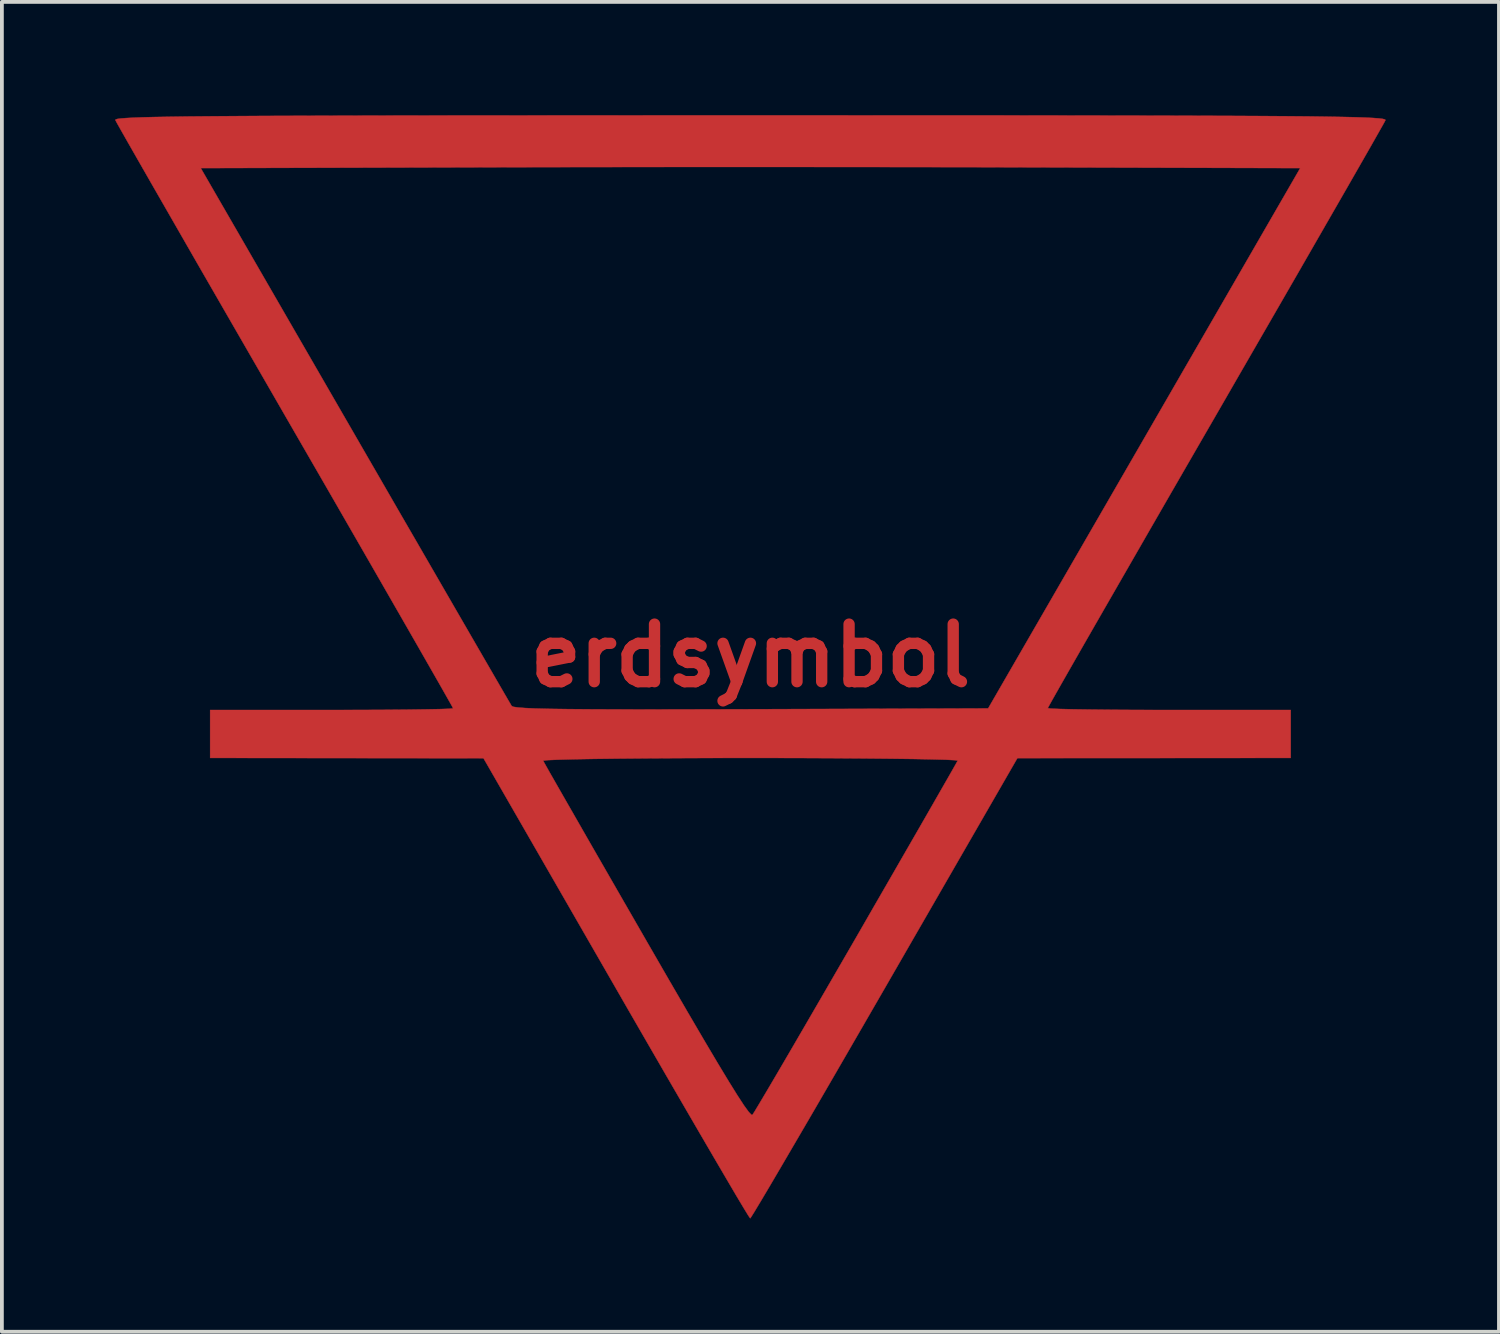
<source format=kicad_pcb>
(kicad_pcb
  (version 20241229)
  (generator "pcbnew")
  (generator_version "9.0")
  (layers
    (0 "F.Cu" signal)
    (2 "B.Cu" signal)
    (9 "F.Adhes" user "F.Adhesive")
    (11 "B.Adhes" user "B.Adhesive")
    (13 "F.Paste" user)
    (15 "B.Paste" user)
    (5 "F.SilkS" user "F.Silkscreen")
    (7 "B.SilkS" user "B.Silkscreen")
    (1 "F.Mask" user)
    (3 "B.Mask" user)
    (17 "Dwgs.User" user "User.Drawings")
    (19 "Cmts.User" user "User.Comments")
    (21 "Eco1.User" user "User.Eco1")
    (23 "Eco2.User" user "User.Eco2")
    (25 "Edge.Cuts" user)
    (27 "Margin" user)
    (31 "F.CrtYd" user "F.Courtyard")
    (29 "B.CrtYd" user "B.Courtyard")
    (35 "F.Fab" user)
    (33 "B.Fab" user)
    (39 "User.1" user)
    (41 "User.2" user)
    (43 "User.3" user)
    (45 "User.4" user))
  (footprint "erdsymbol"
    (layer "F.Cu")
    (at 16.824 14.314)
    (property "Reference" "erdsymbol" (at 0 0 0) (layer "F.Cu") (effects (font (size 1.524 1.524) (thickness 0.3))))
    (attr through_hole)
    (fp_poly (pts (xy 2.003 -14.309) (xy 3.843 -14.308) (xy 5.528 -14.308) (xy 7.063 -14.307) (xy 8.456 -14.305) (xy 9.713 -14.303) (xy 10.84 -14.301) (xy 11.845 -14.298) (xy 12.735 -14.295) (xy 13.515 -14.291) (xy 14.193 -14.286) (xy 14.776 -14.281) (xy 15.269 -14.274) (xy 15.68 -14.267) (xy 16.016 -14.259) (xy 16.283 -14.25) (xy 16.487 -14.24) (xy 16.636 -14.229) (xy 16.737 -14.217) (xy 16.795 -14.204) (xy 16.818 -14.189) (xy 16.818 -14.182) (xy 16.77 -14.092) (xy 16.642 -13.866) (xy 16.442 -13.513) (xy 16.173 -13.043) (xy 15.842 -12.465) (xy 15.454 -11.79) (xy 15.015 -11.027) (xy 14.531 -10.185) (xy 14.007 -9.276) (xy 13.448 -8.308) (xy 12.861 -7.291) (xy 12.322 -6.356) (xy 11.715 -5.306) (xy 11.133 -4.298) (xy 10.581 -3.34) (xy 10.065 -2.443) (xy 9.589 -1.616) (xy 9.16 -0.87) (xy 8.783 -0.213) (xy 8.464 0.345) (xy 8.208 0.794) (xy 8.021 1.124) (xy 7.908 1.327) (xy 7.874 1.391) (xy 7.956 1.402) (xy 8.188 1.412) (xy 8.553 1.421) (xy 9.033 1.428) (xy 9.608 1.434) (xy 10.26 1.438) (xy 10.971 1.439) (xy 11.091 1.439) (xy 14.309 1.439) (xy 14.309 2.709) (xy 10.689 2.712) (xy 7.07 2.714) (xy 3.557 8.808) (xy 3.019 9.739) (xy 2.505 10.628) (xy 2.022 11.462) (xy 1.575 12.231) (xy 1.17 12.924) (xy 0.815 13.531) (xy 0.516 14.04) (xy 0.278 14.441) (xy 0.108 14.724) (xy 0.013 14.876) (xy -0.006 14.901) (xy -0.055 14.83) (xy -0.182 14.622) (xy -0.381 14.289) (xy -0.644 13.841) (xy -0.967 13.29) (xy -1.343 12.646) (xy -1.765 11.92) (xy -2.228 11.122) (xy -2.724 10.264) (xy -3.248 9.357) (xy -3.563 8.809) (xy -7.031 2.783) (xy -5.489 2.783) (xy -5.443 2.867) (xy -5.32 3.086) (xy -5.126 3.426) (xy -4.869 3.875) (xy -4.556 4.421) (xy -4.195 5.051) (xy -3.791 5.753) (xy -3.354 6.513) (xy -2.889 7.32) (xy -2.752 7.559) (xy -2.168 8.57) (xy -1.663 9.44) (xy -1.232 10.176) (xy -0.871 10.785) (xy -0.576 11.273) (xy -0.343 11.648) (xy -0.167 11.917) (xy -0.045 12.085) (xy 0.028 12.161) (xy 0.051 12.164) (xy 0.109 12.075) (xy 0.243 11.852) (xy 0.448 11.507) (xy 0.714 11.055) (xy 1.035 10.506) (xy 1.403 9.874) (xy 1.81 9.173) (xy 2.25 8.413) (xy 2.715 7.61) (xy 2.803 7.458) (xy 3.269 6.648) (xy 3.711 5.882) (xy 4.12 5.171) (xy 4.49 4.529) (xy 4.812 3.968) (xy 5.08 3.5) (xy 5.287 3.139) (xy 5.425 2.896) (xy 5.487 2.785) (xy 5.489 2.78) (xy 5.412 2.768) (xy 5.179 2.756) (xy 4.805 2.746) (xy 4.303 2.736) (xy 3.688 2.728) (xy 2.973 2.721) (xy 2.173 2.715) (xy 1.3 2.711) (xy 0.37 2.709) (xy 0 2.709) (xy -0.978 2.71) (xy -1.894 2.714) (xy -2.735 2.719) (xy -3.489 2.726) (xy -4.142 2.734) (xy -4.681 2.744) (xy -5.093 2.755) (xy -5.365 2.767) (xy -5.485 2.78) (xy -5.489 2.783) (xy -7.031 2.783) (xy -7.07 2.717) (xy -10.689 2.713) (xy -14.309 2.709) (xy -14.309 1.439) (xy -11.091 1.439) (xy -10.372 1.438) (xy -9.709 1.435) (xy -9.12 1.43) (xy -8.624 1.423) (xy -8.239 1.416) (xy -7.984 1.407) (xy -7.876 1.397) (xy -7.874 1.395) (xy -7.915 1.317) (xy -8.036 1.103) (xy -8.23 0.761) (xy -8.493 0.301) (xy -8.818 -0.267) (xy -9.2 -0.933) (xy -9.634 -1.688) (xy -10.113 -2.522) (xy -10.633 -3.425) (xy -11.188 -4.389) (xy -11.773 -5.402) (xy -12.323 -6.355) (xy -12.93 -7.408) (xy -13.514 -8.42) (xy -14.069 -9.383) (xy -14.589 -10.285) (xy -15.068 -11.119) (xy -15.501 -11.873) (xy -15.883 -12.538) (xy -16.097 -12.912) (xy -14.558 -12.912) (xy -10.475 -5.842) (xy -9.893 -4.835) (xy -9.335 -3.868) (xy -8.805 -2.953) (xy -8.311 -2.098) (xy -7.858 -1.315) (xy -7.452 -0.613) (xy -7.099 -0.003) (xy -6.805 0.505) (xy -6.575 0.902) (xy -6.416 1.176) (xy -6.333 1.317) (xy -6.323 1.334) (xy -6.278 1.355) (xy -6.163 1.372) (xy -5.97 1.387) (xy -5.689 1.4) (xy -5.309 1.409) (xy -4.822 1.416) (xy -4.218 1.421) (xy -3.486 1.424) (xy -2.618 1.425) (xy -1.603 1.423) (xy -0.432 1.42) (xy 0.021 1.419) (xy 6.296 1.397) (xy 10.429 -5.757) (xy 14.561 -12.912) (xy 7.28 -12.933) (xy 5.937 -12.937) (xy 4.461 -12.939) (xy 2.886 -12.941) (xy 1.249 -12.942) (xy -0.414 -12.942) (xy -2.069 -12.942) (xy -3.679 -12.94) (xy -5.209 -12.938) (xy -6.623 -12.935) (xy -7.279 -12.933) (xy -14.558 -12.912) (xy -16.097 -12.912) (xy -16.207 -13.104) (xy -16.469 -13.562) (xy -16.662 -13.902) (xy -16.781 -14.113) (xy -16.819 -14.185) (xy -16.81 -14.2) (xy -16.764 -14.214) (xy -16.676 -14.226) (xy -16.539 -14.237) (xy -16.347 -14.247) (xy -16.092 -14.257) (xy -15.768 -14.265) (xy -15.369 -14.272) (xy -14.887 -14.279) (xy -14.317 -14.284) (xy -13.651 -14.289) (xy -12.883 -14.294) (xy -12.007 -14.297) (xy -11.015 -14.3) (xy -9.901 -14.303) (xy -8.659 -14.305) (xy -7.281 -14.306) (xy -5.761 -14.307) (xy -4.093 -14.308) (xy -2.27 -14.309) (xy -0.285 -14.309) (xy 0 -14.309) (xy 2.003 -14.309)) (stroke (width 0.01) (type solid)) (fill yes) (layer "F.Cu")))
  (gr_rect
    (start -3 -3)
    (end 36.648 32.22)
    (stroke (width 0.1) (type default))
    (fill no)
    (layer "Edge.Cuts")))
</source>
